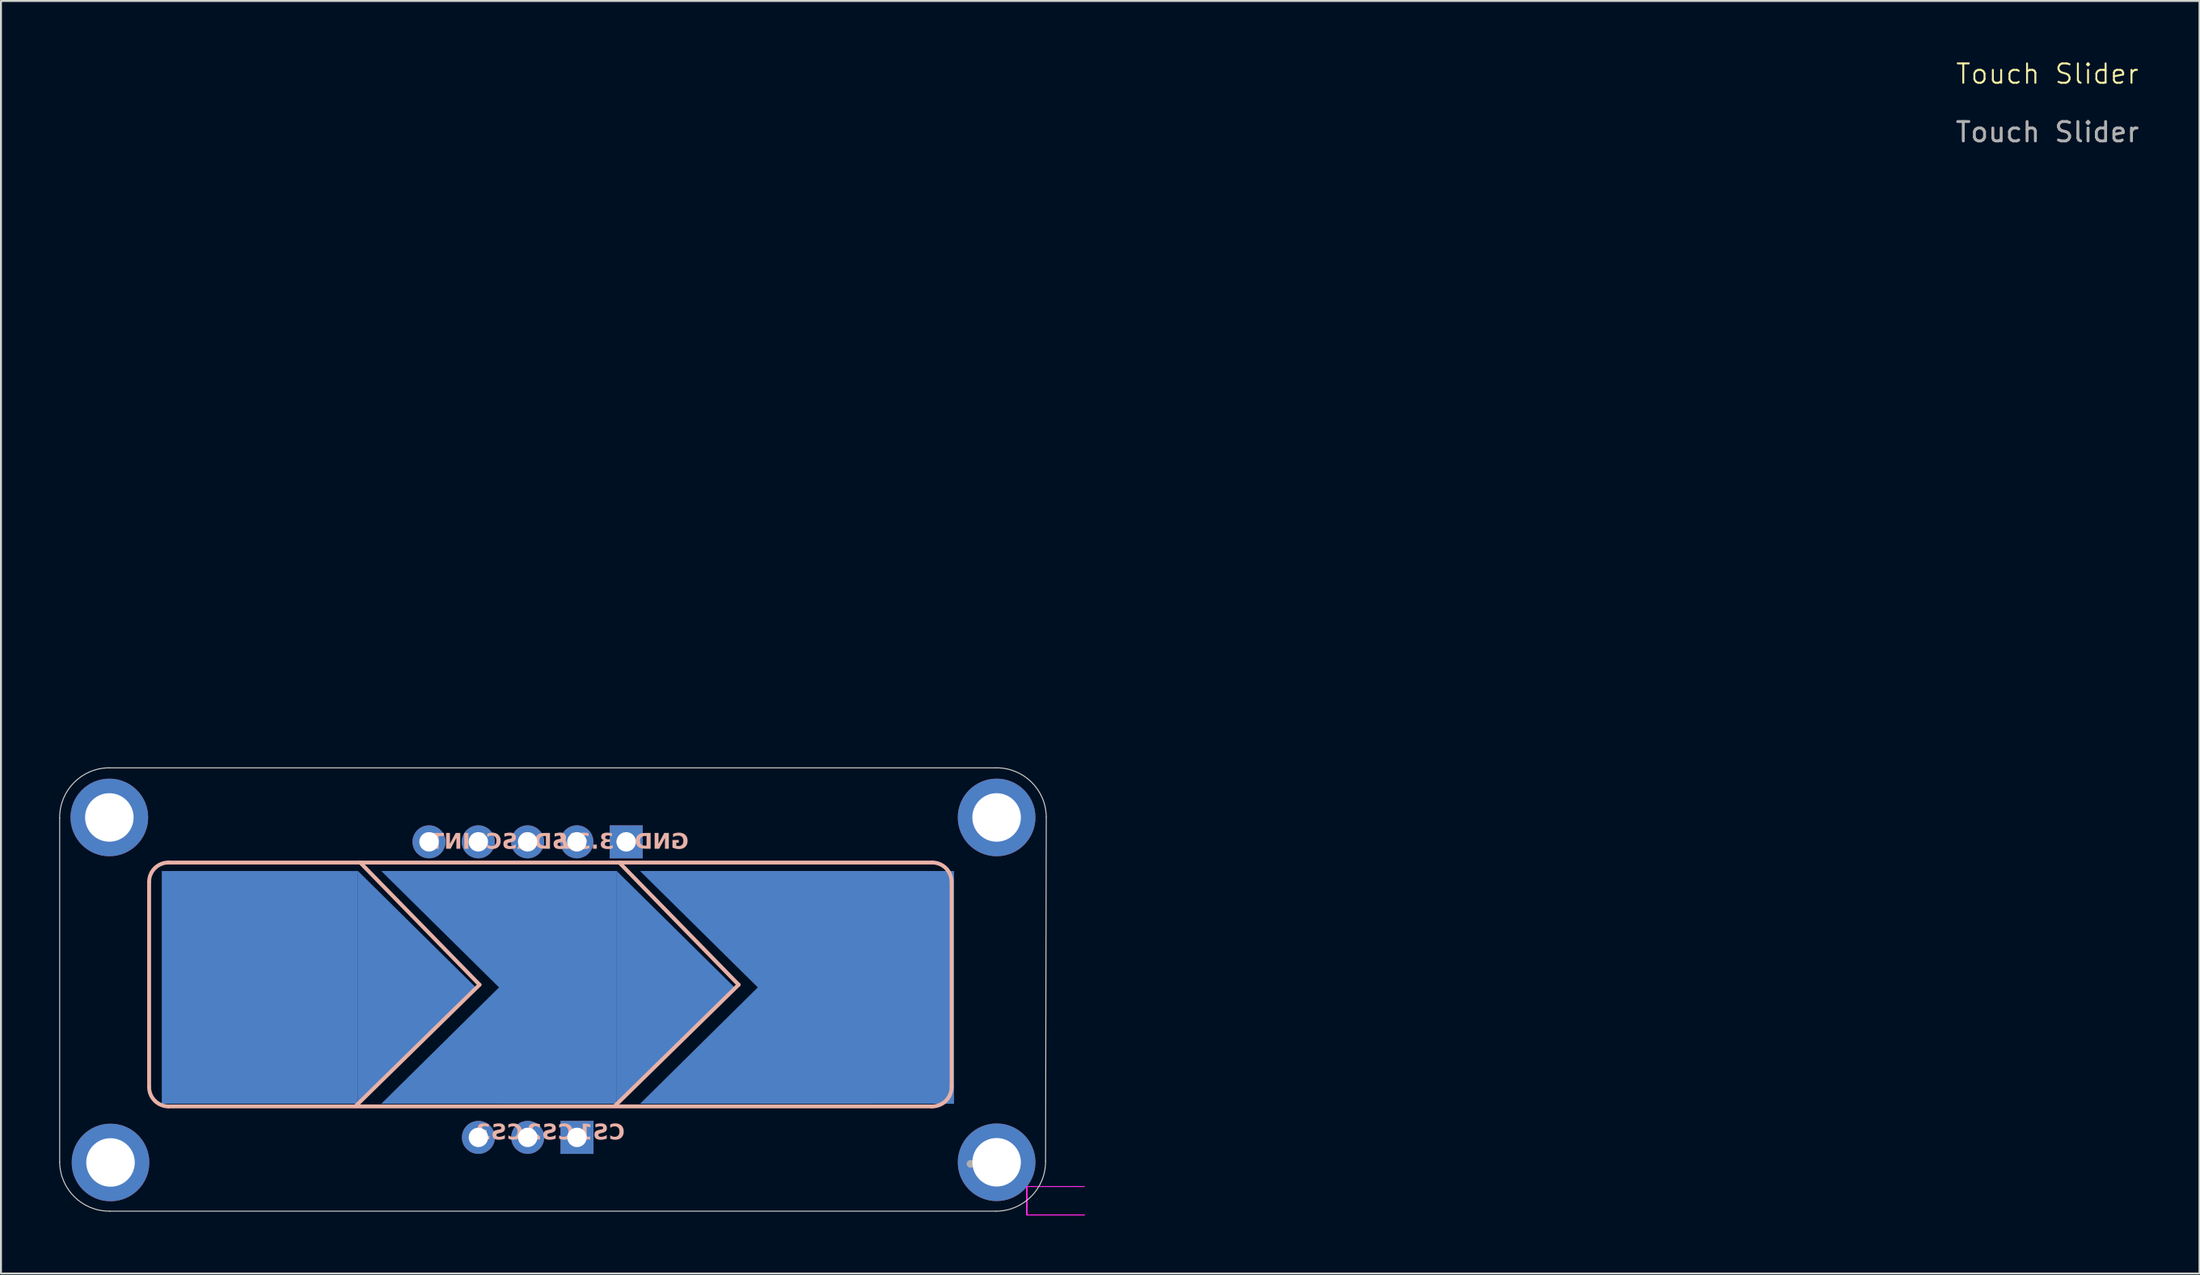
<source format=kicad_pcb>
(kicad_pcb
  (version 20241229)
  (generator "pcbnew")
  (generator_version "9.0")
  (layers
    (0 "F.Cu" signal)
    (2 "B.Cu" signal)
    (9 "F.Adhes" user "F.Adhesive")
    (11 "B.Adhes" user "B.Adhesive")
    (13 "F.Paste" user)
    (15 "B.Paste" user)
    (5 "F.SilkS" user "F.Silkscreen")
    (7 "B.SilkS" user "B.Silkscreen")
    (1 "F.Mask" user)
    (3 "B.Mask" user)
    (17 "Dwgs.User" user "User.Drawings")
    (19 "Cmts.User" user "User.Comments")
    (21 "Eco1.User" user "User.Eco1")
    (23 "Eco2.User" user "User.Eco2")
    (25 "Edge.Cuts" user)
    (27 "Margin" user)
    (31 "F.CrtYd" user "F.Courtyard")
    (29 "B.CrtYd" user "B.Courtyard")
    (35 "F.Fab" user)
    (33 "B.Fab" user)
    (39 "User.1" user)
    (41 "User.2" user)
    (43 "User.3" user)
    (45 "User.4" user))
  (footprint "Touch Slider"
    (layer "F.Cu")
    (at 25.946 48.861)
    (property "Reference" "Touch Slider" (at 76.5 -48.1 0) (unlocked yes) (layer "F.SilkS") (effects (font (size 1 1) (thickness 0.1))))
    (attr smd)
    (fp_poly (pts (xy 22.424 10.716) (xy 22.423 10.716) (xy 22.423 10.715) (xy 22.424 10.715)) (stroke (width 0) (type solid)) (fill yes) (layer "F.SilkS"))
    (fp_poly (pts (xy 24.438 9.947) (xy 24.427 9.958) (xy 24.417 9.947) (xy 24.427 9.937)) (stroke (width 0) (type solid)) (fill yes) (layer "F.SilkS"))
    (fp_line (start -21.312 4.138) (end -21.312 -6.437) (stroke (width 0.2) (type default)) (layer "B.SilkS"))
    (fp_line (start -20.312 -7.437) (end 19.038 -7.437) (stroke (width 0.2) (type default)) (layer "B.SilkS"))
    (fp_line (start -10.437 -7.437) (end -4.287 -1.137) (stroke (width 0.2) (type default)) (layer "B.SilkS"))
    (fp_line (start -4.287 -1.137) (end -10.662 5.113) (stroke (width 0.2) (type default)) (layer "B.SilkS"))
    (fp_line (start 2.913 -7.437) (end 9.063 -1.137) (stroke (width 0.2) (type default)) (layer "B.SilkS"))
    (fp_line (start 9.063 -1.137) (end 2.688 5.113) (stroke (width 0.2) (type default)) (layer "B.SilkS"))
    (fp_line (start 19.038 5.138) (end -20.312 5.138) (stroke (width 0.2) (type default)) (layer "B.SilkS"))
    (fp_line (start 20.038 -6.437) (end 20.038 4.138) (stroke (width 0.2) (type default)) (layer "B.SilkS"))
    (fp_arc (start -21.312418 -6.437418) (mid -21.019515 -7.144508) (end -20.312418 -7.437418) (stroke (width 0.2) (type default)) (layer "B.SilkS"))
    (fp_arc (start -20.312418 5.137582) (mid -21.019525 4.844689) (end -21.312418 4.137582) (stroke (width 0.2) (type default)) (layer "B.SilkS"))
    (fp_arc (start 19.037582 -7.437418) (mid 19.744689 -7.144525) (end 20.037582 -6.437418) (stroke (width 0.2) (type default)) (layer "B.SilkS"))
    (fp_arc (start 20.037582 4.137582) (mid 19.744699 4.844706) (end 19.037582 5.137582) (stroke (width 0.2) (type default)) (layer "B.SilkS"))
    (fp_line (start -25.921 7.999) (end -25.921 -9.744) (stroke (width 0.05) (type default)) (layer "Edge.Cuts"))
    (fp_line (start -23.381 -12.32) (end 22.339 -12.32) (stroke (width 0.05) (type default)) (layer "Edge.Cuts"))
    (fp_line (start 22.339 10.54) (end -23.345 10.539) (stroke (width 0.05) (type default)) (layer "Edge.Cuts"))
    (fp_line (start 24.915 -9.781) (end 24.879 7.963) (stroke (width 0.05) (type default)) (layer "Edge.Cuts"))
    (fp_arc (start -25.920501 -9.744406) (mid -25.184108 -11.558402) (end -23.38076 -12.320499) (stroke (width 0.05) (type default)) (layer "Edge.Cuts"))
    (fp_arc (start -23.344667 10.53924) (mid -25.158668 9.802852) (end -25.92076 7.999499) (stroke (width 0.05) (type default)) (layer "Edge.Cuts"))
    (fp_arc (start 22.339231 -12.320498) (mid 24.153255 -11.584134) (end 24.915324 -9.780757) (stroke (width 0.05) (type default)) (layer "Edge.Cuts"))
    (fp_arc (start 24.878972 7.963407) (mid 24.142592 9.777416) (end 22.339231 10.5395) (stroke (width 0.05) (type default)) (layer "Edge.Cuts"))
    (fp_line (start 23.92 9.27) (end 26.88 9.27) (stroke (width 0.05) (type solid)) (layer "F.CrtYd"))
    (fp_line (start 23.92 10.73) (end 23.92 9.27) (stroke (width 0.05) (type solid)) (layer "F.CrtYd"))
    (fp_line (start 23.92 10.73) (end 23.92 9.27) (stroke (width 0.05) (type solid)) (layer "F.CrtYd"))
    (fp_line (start 23.92 10.73) (end 23.92 9.27) (stroke (width 0.05) (type solid)) (layer "F.CrtYd"))
    (fp_line (start 23.92 10.73) (end 23.92 9.27) (stroke (width 0.05) (type solid)) (layer "F.CrtYd"))
    (fp_line (start 23.92 10.73) (end 23.92 9.27) (stroke (width 0.05) (type solid)) (layer "F.CrtYd"))
    (fp_line (start 23.92 10.73) (end 23.92 9.27) (stroke (width 0.05) (type solid)) (layer "F.CrtYd"))
    (fp_line (start 26.88 10.73) (end 23.92 10.73) (stroke (width 0.05) (type solid)) (layer "F.CrtYd"))
    (fp_line (start 26.88 10.73) (end 23.92 10.73) (stroke (width 0.05) (type solid)) (layer "F.CrtYd"))
    (fp_circle (center 21.01 8.1) (end 21.11 8.1) (stroke (width 0.2) (type solid)) (fill no) (layer "F.Fab"))
    (fp_text user "CS2" (at 0.565 6.978 0) (unlocked yes) (layer "B.SilkS") (effects (font (face "Lexend") (size 0.8 0.8) (thickness 0.16) (bold yes)) (justify left bottom mirror)))
    (fp_text user "+3.3V" (at 3.588 -8.012 0) (unlocked yes) (layer "B.SilkS") (effects (font (face "Lexend") (size 0.8 0.8) (thickness 0.16) (bold yes)) (justify left bottom mirror)))
    (fp_text user "SDA" (at 0.252 -8.012 0) (unlocked yes) (layer "B.SilkS") (effects (font (face "Lexend") (size 0.8 0.8) (thickness 0.16) (bold yes)) (justify left bottom mirror)))
    (fp_text user "CS1\n" (at 3.198 6.978 0) (unlocked yes) (layer "B.SilkS") (effects (font (face "Lexend") (size 0.8 0.8) (thickness 0.16) (bold yes)) (justify left bottom mirror)))
    (fp_text user "CS3" (at -2.052 6.978 0) (unlocked yes) (layer "B.SilkS") (effects (font (face "Lexend") (size 0.8 0.8) (thickness 0.16) (bold yes)) (justify left bottom mirror)))
    (fp_text user "GND\n" (at 6.489 -8.012 0) (unlocked yes) (layer "B.SilkS") (effects (font (face "Lexend") (size 0.8 0.8) (thickness 0.16) (bold yes)) (justify left bottom mirror)))
    (fp_text user "INT" (at -4.761 -8.012 0) (unlocked yes) (layer "B.SilkS") (effects (font (face "Lexend") (size 0.8 0.8) (thickness 0.16) (bold yes)) (justify left bottom mirror)))
    (fp_text user "SCL\n" (at -2.334 -8.012 0) (unlocked yes) (layer "B.SilkS") (effects (font (face "Lexend") (size 0.8 0.8) (thickness 0.16) (bold yes)) (justify left bottom mirror)))
    (fp_text user "${REFERENCE}" (at 76.5 -45.1 0) (unlocked yes) (layer "F.Fab") (effects (font (size 1 1) (thickness 0.15))))
    (pad "1" thru_hole circle (at -23.362 -9.762) (size 4 4) (drill 2.5) (layers "*.Cu" "*.Mask"))
    (pad "1" thru_hole circle (at -23.302 8.028) (size 4 4) (drill 2.5) (layers "*.Cu" "*.Mask"))
    (pad "1" thru_hole rect (at 0.735 6.735 270) (size 1.7 1.7) (drill 1) (layers "*.Cu" "*.Mask"))
    (pad "1" thru_hole rect (at 3.27 -8.505 270) (size 1.7 1.7) (drill 1) (layers "*.Cu" "*.Mask"))
    (pad "1" smd trapezoid (at 10.052 -3.999 180) (size 6.067 6) (rect_delta 0 6.067) (layers "B.Cu"))
    (pad "1" smd trapezoid (at 10.052 2.001 180) (size 6.067 6) (rect_delta 0 -6.067) (layers "B.Cu"))
    (pad "1" smd rect (at 15.107 -0.999 180) (size 10.111 12) (layers "B.Cu"))
    (pad "1" thru_hole circle (at 22.357 -9.762) (size 4 4) (drill 2.5) (layers "*.Cu" "*.Mask"))
    (pad "1" thru_hole circle (at 22.357 8.018) (size 4 4) (drill 2.5) (layers "*.Cu" "*.Mask"))
    (pad "2" smd trapezoid (at -3.282 -3.999 180) (size 6.067 6) (rect_delta 0 6.067) (layers "B.Cu"))
    (pad "2" smd trapezoid (at -3.282 2.001 180) (size 6.067 6) (rect_delta 0 -6.067) (layers "B.Cu"))
    (pad "2" thru_hole oval (at -1.805 6.735 270) (size 1.7 1.7) (drill 1) (layers "*.Cu" "*.Mask"))
    (pad "2" smd rect (at -0.248 -0.999 180) (size 6.067 12) (layers "B.Cu"))
    (pad "2" thru_hole oval (at 0.73 -8.505 270) (size 1.7 1.7) (drill 1) (layers "*.Cu" "*.Mask"))
    (pad "2" smd trapezoid (at 5.818 -0.999 180) (size 6.067 6) (rect_delta -6 0) (layers "B.Cu"))
    (pad "3" smd rect (at -15.604 -0.999 180) (size 10.111 12) (layers "B.Cu"))
    (pad "3" smd trapezoid (at -7.515 -0.999 180) (size 6.067 6) (rect_delta -6 0) (layers "B.Cu"))
    (pad "3" thru_hole oval (at -4.345 6.735 270) (size 1.7 1.7) (drill 1) (layers "*.Cu" "*.Mask"))
    (pad "3" thru_hole oval (at -1.81 -8.505 270) (size 1.7 1.7) (drill 1) (layers "*.Cu" "*.Mask"))
    (pad "4" thru_hole oval (at -4.35 -8.505 270) (size 1.7 1.7) (drill 1) (layers "*.Cu" "*.Mask"))
    (pad "5" thru_hole oval (at -6.89 -8.505 270) (size 1.7 1.7) (drill 1) (layers "*.Cu" "*.Mask")))
  (gr_rect
    (start -3 -3)
    (end 110.285 62.615)
    (stroke (width 0.1) (type default))
    (fill no)
    (layer "Edge.Cuts")))
</source>
